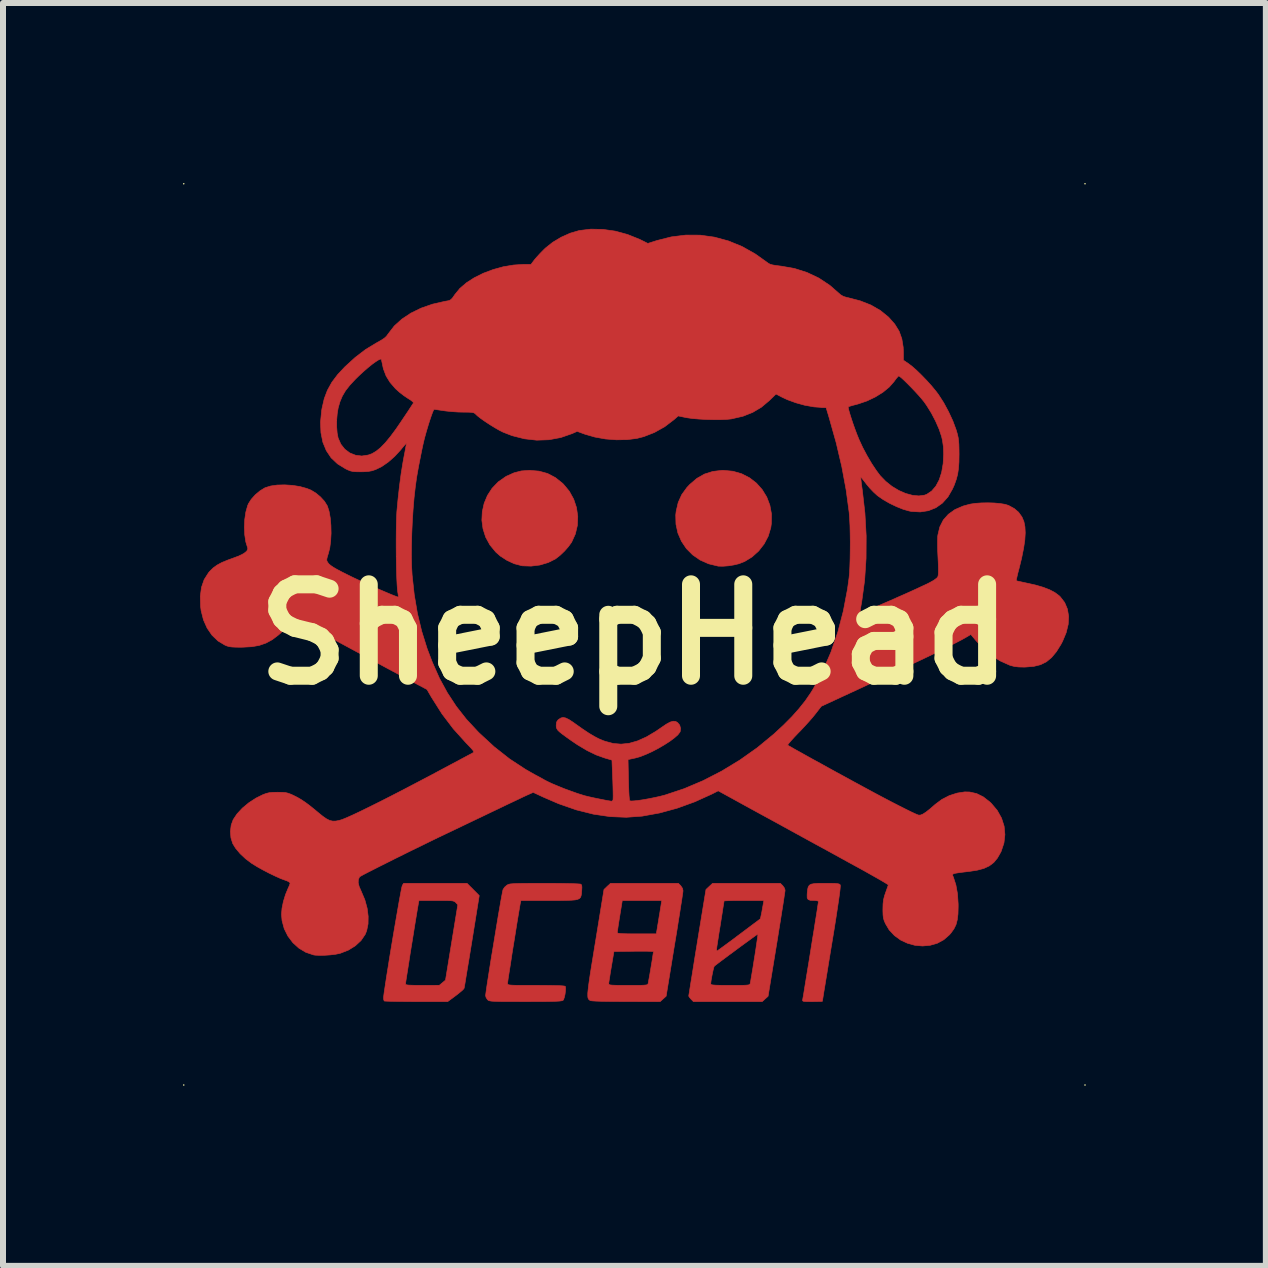
<source format=kicad_pcb>
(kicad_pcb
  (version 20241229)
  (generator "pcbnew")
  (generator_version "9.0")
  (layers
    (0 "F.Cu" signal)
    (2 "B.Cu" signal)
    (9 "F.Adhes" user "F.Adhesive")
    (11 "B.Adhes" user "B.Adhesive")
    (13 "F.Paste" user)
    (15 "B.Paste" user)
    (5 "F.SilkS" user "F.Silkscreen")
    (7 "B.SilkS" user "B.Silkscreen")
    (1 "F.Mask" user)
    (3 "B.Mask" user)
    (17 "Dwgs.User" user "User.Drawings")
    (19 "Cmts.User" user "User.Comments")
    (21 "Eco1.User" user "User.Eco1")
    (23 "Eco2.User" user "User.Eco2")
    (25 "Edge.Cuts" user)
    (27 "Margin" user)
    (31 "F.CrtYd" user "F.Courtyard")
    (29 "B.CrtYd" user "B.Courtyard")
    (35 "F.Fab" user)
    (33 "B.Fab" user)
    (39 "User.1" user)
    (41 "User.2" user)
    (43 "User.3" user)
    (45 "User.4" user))
  (footprint "SheepHead"
    (layer "F.Cu")
    (at 7.523 7.523)
    (property "Reference" "SheepHead" (at 0 0 0) (layer "F.SilkS") (effects (font (size 1.524 1.524) (thickness 0.3))))
    (attr through_hole)
    (fp_poly (pts (xy 1.643 -2.719) (xy 1.788 -2.677) (xy 1.919 -2.61) (xy 2.034 -2.521) (xy 2.13 -2.413) (xy 2.206 -2.289) (xy 2.258 -2.152) (xy 2.285 -2.005) (xy 2.283 -1.85) (xy 2.273 -1.778) (xy 2.231 -1.638) (xy 2.162 -1.507) (xy 2.071 -1.39) (xy 1.961 -1.291) (xy 1.837 -1.215) (xy 1.743 -1.178) (xy 1.66 -1.158) (xy 1.568 -1.143) (xy 1.478 -1.136) (xy 1.404 -1.137) (xy 1.391 -1.139) (xy 1.235 -1.177) (xy 1.094 -1.24) (xy 0.97 -1.326) (xy 0.866 -1.431) (xy 0.784 -1.553) (xy 0.725 -1.689) (xy 0.693 -1.835) (xy 0.689 -1.99) (xy 0.696 -2.051) (xy 0.73 -2.198) (xy 0.789 -2.329) (xy 0.875 -2.448) (xy 0.921 -2.497) (xy 1.041 -2.6) (xy 1.168 -2.672) (xy 1.307 -2.716) (xy 1.46 -2.734) (xy 1.486 -2.734) (xy 1.643 -2.719)) (stroke (width 0.01) (type solid)) (fill yes) (layer "F.Cu"))
    (fp_poly (pts (xy -1.59 -2.721) (xy -1.448 -2.682) (xy -1.318 -2.614) (xy -1.196 -2.517) (xy -1.182 -2.503) (xy -1.085 -2.386) (xy -1.012 -2.254) (xy -0.965 -2.113) (xy -0.944 -1.966) (xy -0.95 -1.818) (xy -0.984 -1.674) (xy -1.045 -1.539) (xy -1.052 -1.528) (xy -1.102 -1.46) (xy -1.168 -1.385) (xy -1.241 -1.316) (xy -1.309 -1.263) (xy -1.317 -1.257) (xy -1.438 -1.197) (xy -1.577 -1.156) (xy -1.722 -1.138) (xy -1.866 -1.143) (xy -1.881 -1.146) (xy -2 -1.177) (xy -2.121 -1.232) (xy -2.235 -1.306) (xy -2.31 -1.372) (xy -2.408 -1.491) (xy -2.479 -1.621) (xy -2.523 -1.76) (xy -2.542 -1.902) (xy -2.535 -2.045) (xy -2.504 -2.184) (xy -2.449 -2.316) (xy -2.371 -2.436) (xy -2.269 -2.542) (xy -2.145 -2.629) (xy -2.129 -2.638) (xy -2.006 -2.693) (xy -1.886 -2.724) (xy -1.753 -2.734) (xy -1.748 -2.734) (xy -1.59 -2.721)) (stroke (width 0.01) (type solid)) (fill yes) (layer "F.Cu"))
    (fp_poly (pts (xy 3.273 4.149) (xy 3.339 4.15) (xy 3.382 4.154) (xy 3.409 4.159) (xy 3.424 4.167) (xy 3.431 4.176) (xy 3.432 4.197) (xy 3.428 4.246) (xy 3.419 4.322) (xy 3.404 4.428) (xy 3.384 4.563) (xy 3.359 4.727) (xy 3.328 4.922) (xy 3.291 5.147) (xy 3.289 5.158) (xy 3.261 5.328) (xy 3.235 5.488) (xy 3.211 5.636) (xy 3.189 5.769) (xy 3.17 5.885) (xy 3.154 5.98) (xy 3.143 6.052) (xy 3.135 6.098) (xy 3.132 6.115) (xy 3.132 6.116) (xy 3.117 6.117) (xy 3.077 6.118) (xy 3.018 6.119) (xy 2.964 6.12) (xy 2.89 6.119) (xy 2.842 6.118) (xy 2.815 6.114) (xy 2.804 6.106) (xy 2.803 6.093) (xy 2.805 6.084) (xy 2.809 6.061) (xy 2.818 6.011) (xy 2.83 5.937) (xy 2.845 5.843) (xy 2.863 5.733) (xy 2.883 5.61) (xy 2.905 5.478) (xy 2.927 5.34) (xy 2.949 5.201) (xy 2.971 5.063) (xy 2.993 4.931) (xy 3.012 4.807) (xy 3.03 4.697) (xy 3.045 4.602) (xy 3.056 4.527) (xy 3.064 4.476) (xy 3.068 4.451) (xy 3.068 4.45) (xy 3.053 4.441) (xy 3.017 4.435) (xy 2.992 4.434) (xy 2.932 4.432) (xy 2.896 4.419) (xy 2.88 4.391) (xy 2.879 4.341) (xy 2.881 4.308) (xy 2.887 4.251) (xy 2.897 4.21) (xy 2.915 4.181) (xy 2.946 4.163) (xy 2.994 4.154) (xy 3.064 4.149) (xy 3.161 4.149) (xy 3.181 4.149) (xy 3.273 4.149)) (stroke (width 0.01) (type solid)) (fill yes) (layer "F.Cu"))
    (fp_poly (pts (xy -2.687 4.251) (xy -2.586 4.353) (xy -2.708 5.113) (xy -2.733 5.265) (xy -2.756 5.408) (xy -2.778 5.539) (xy -2.797 5.654) (xy -2.813 5.751) (xy -2.825 5.826) (xy -2.834 5.876) (xy -2.838 5.897) (xy -2.838 5.898) (xy -2.853 5.917) (xy -2.889 5.95) (xy -2.938 5.99) (xy -2.978 6.021) (xy -3.112 6.12) (xy -3.635 6.12) (xy -3.761 6.119) (xy -3.877 6.118) (xy -3.979 6.117) (xy -4.063 6.115) (xy -4.125 6.113) (xy -4.161 6.111) (xy -4.17 6.109) (xy -4.178 6.086) (xy -4.181 6.057) (xy -4.178 6.028) (xy -4.171 5.972) (xy -4.159 5.892) (xy -4.149 5.826) (xy -3.815 5.826) (xy -3.81 5.835) (xy -3.794 5.841) (xy -3.762 5.845) (xy -3.711 5.847) (xy -3.635 5.849) (xy -3.533 5.849) (xy -3.251 5.848) (xy -3.199 5.805) (xy -3.148 5.762) (xy -2.943 4.506) (xy -2.976 4.47) (xy -2.989 4.458) (xy -3.005 4.449) (xy -3.027 4.442) (xy -3.062 4.438) (xy -3.113 4.436) (xy -3.185 4.435) (xy -3.285 4.435) (xy -3.3 4.435) (xy -3.59 4.435) (xy -3.599 4.478) (xy -3.604 4.509) (xy -3.614 4.565) (xy -3.627 4.644) (xy -3.643 4.74) (xy -3.661 4.85) (xy -3.68 4.969) (xy -3.7 5.094) (xy -3.721 5.222) (xy -3.741 5.346) (xy -3.759 5.465) (xy -3.776 5.573) (xy -3.791 5.667) (xy -3.803 5.743) (xy -3.811 5.797) (xy -3.815 5.824) (xy -3.815 5.826) (xy -4.149 5.826) (xy -4.144 5.792) (xy -4.126 5.675) (xy -4.105 5.545) (xy -4.083 5.405) (xy -4.059 5.259) (xy -4.034 5.109) (xy -4.009 4.96) (xy -3.984 4.814) (xy -3.96 4.675) (xy -3.938 4.548) (xy -3.918 4.434) (xy -3.9 4.337) (xy -3.886 4.261) (xy -3.875 4.209) (xy -3.868 4.185) (xy -3.868 4.184) (xy -3.846 4.149) (xy -2.789 4.149) (xy -2.687 4.251)) (stroke (width 0.01) (type solid)) (fill yes) (layer "F.Cu"))
    (fp_poly (pts (xy 0.772 4.188) (xy 0.802 4.233) (xy 0.81 4.271) (xy 0.808 4.295) (xy 0.8 4.347) (xy 0.789 4.424) (xy 0.773 4.524) (xy 0.755 4.643) (xy 0.733 4.778) (xy 0.71 4.926) (xy 0.684 5.084) (xy 0.669 5.173) (xy 0.529 6.03) (xy 0.479 6.075) (xy 0.429 6.12) (xy -0.139 6.119) (xy -0.299 6.118) (xy -0.436 6.117) (xy -0.55 6.115) (xy -0.639 6.112) (xy -0.7 6.108) (xy -0.732 6.104) (xy -0.735 6.102) (xy -0.749 6.094) (xy -0.76 6.084) (xy -0.769 6.07) (xy -0.775 6.05) (xy -0.777 6.022) (xy -0.777 5.982) (xy -0.772 5.929) (xy -0.764 5.859) (xy -0.759 5.821) (xy -0.428 5.821) (xy -0.426 5.831) (xy -0.417 5.838) (xy -0.397 5.843) (xy -0.362 5.846) (xy -0.308 5.848) (xy -0.231 5.849) (xy -0.127 5.849) (xy -0.104 5.849) (xy 0.006 5.849) (xy 0.088 5.849) (xy 0.146 5.847) (xy 0.185 5.844) (xy 0.209 5.84) (xy 0.221 5.833) (xy 0.227 5.824) (xy 0.23 5.814) (xy 0.235 5.787) (xy 0.244 5.737) (xy 0.256 5.67) (xy 0.269 5.594) (xy 0.282 5.514) (xy 0.295 5.437) (xy 0.305 5.37) (xy 0.313 5.318) (xy 0.318 5.29) (xy 0.318 5.287) (xy 0.303 5.284) (xy 0.261 5.282) (xy 0.196 5.28) (xy 0.113 5.28) (xy 0.018 5.28) (xy -0.011 5.281) (xy -0.341 5.285) (xy -0.384 5.539) (xy -0.399 5.627) (xy -0.411 5.706) (xy -0.421 5.768) (xy -0.427 5.809) (xy -0.428 5.821) (xy -0.759 5.821) (xy -0.752 5.771) (xy -0.736 5.662) (xy -0.715 5.53) (xy -0.689 5.372) (xy -0.659 5.185) (xy -0.651 5.138) (xy -0.624 4.972) (xy -0.286 4.972) (xy -0.277 4.979) (xy -0.248 4.984) (xy -0.197 4.988) (xy -0.12 4.99) (xy -0.016 4.991) (xy 0.039 4.991) (xy 0.364 4.991) (xy 0.374 4.939) (xy 0.38 4.905) (xy 0.389 4.847) (xy 0.402 4.772) (xy 0.415 4.687) (xy 0.42 4.661) (xy 0.456 4.435) (xy -0.202 4.435) (xy -0.244 4.694) (xy -0.258 4.782) (xy -0.27 4.859) (xy -0.279 4.921) (xy -0.285 4.96) (xy -0.286 4.972) (xy -0.624 4.972) (xy -0.507 4.252) (xy -0.453 4.2) (xy -0.398 4.149) (xy 0.733 4.149) (xy 0.772 4.188)) (stroke (width 0.01) (type solid)) (fill yes) (layer "F.Cu"))
    (fp_poly (pts (xy -1.361 4.149) (xy -1.237 4.15) (xy -1.126 4.152) (xy -1.033 4.154) (xy -0.96 4.157) (xy -0.912 4.16) (xy -0.892 4.163) (xy -0.879 4.18) (xy -0.875 4.214) (xy -0.878 4.272) (xy -0.879 4.278) (xy -0.882 4.32) (xy -0.888 4.354) (xy -0.897 4.381) (xy -0.915 4.401) (xy -0.943 4.415) (xy -0.986 4.425) (xy -1.047 4.43) (xy -1.128 4.433) (xy -1.233 4.435) (xy -1.366 4.435) (xy -1.424 4.435) (xy -1.891 4.435) (xy -1.899 4.47) (xy -1.905 4.499) (xy -1.914 4.553) (xy -1.927 4.63) (xy -1.943 4.725) (xy -1.961 4.834) (xy -1.98 4.954) (xy -2 5.079) (xy -2.021 5.207) (xy -2.041 5.332) (xy -2.059 5.452) (xy -2.076 5.561) (xy -2.091 5.655) (xy -2.103 5.732) (xy -2.11 5.786) (xy -2.114 5.814) (xy -2.114 5.816) (xy -2.113 5.825) (xy -2.109 5.833) (xy -2.098 5.839) (xy -2.077 5.843) (xy -2.042 5.846) (xy -1.99 5.848) (xy -1.918 5.849) (xy -1.822 5.849) (xy -1.7 5.849) (xy -1.638 5.849) (xy -1.479 5.85) (xy -1.351 5.852) (xy -1.255 5.854) (xy -1.19 5.858) (xy -1.156 5.863) (xy -1.152 5.866) (xy -1.147 5.895) (xy -1.149 5.942) (xy -1.156 5.998) (xy -1.168 6.05) (xy -1.181 6.088) (xy -1.187 6.096) (xy -1.197 6.102) (xy -1.216 6.107) (xy -1.247 6.111) (xy -1.293 6.114) (xy -1.356 6.116) (xy -1.44 6.118) (xy -1.548 6.119) (xy -1.682 6.119) (xy -1.813 6.12) (xy -1.968 6.119) (xy -2.093 6.119) (xy -2.194 6.119) (xy -2.272 6.117) (xy -2.33 6.115) (xy -2.373 6.113) (xy -2.403 6.109) (xy -2.423 6.104) (xy -2.436 6.098) (xy -2.445 6.09) (xy -2.448 6.088) (xy -2.472 6.051) (xy -2.48 6.02) (xy -2.477 5.994) (xy -2.47 5.941) (xy -2.459 5.864) (xy -2.444 5.766) (xy -2.426 5.652) (xy -2.406 5.524) (xy -2.384 5.386) (xy -2.36 5.243) (xy -2.336 5.097) (xy -2.312 4.951) (xy -2.289 4.811) (xy -2.267 4.678) (xy -2.246 4.558) (xy -2.228 4.452) (xy -2.212 4.365) (xy -2.2 4.301) (xy -2.192 4.263) (xy -2.19 4.254) (xy -2.164 4.214) (xy -2.125 4.18) (xy -2.123 4.179) (xy -2.109 4.171) (xy -2.091 4.164) (xy -2.067 4.159) (xy -2.032 4.156) (xy -1.985 4.153) (xy -1.922 4.151) (xy -1.839 4.15) (xy -1.733 4.149) (xy -1.6 4.149) (xy -1.494 4.149) (xy -1.361 4.149)) (stroke (width 0.01) (type solid)) (fill yes) (layer "F.Cu"))
    (fp_poly (pts (xy 2.472 4.188) (xy 2.499 4.225) (xy 2.511 4.261) (xy 2.511 4.263) (xy 2.509 4.285) (xy 2.501 4.336) (xy 2.49 4.412) (xy 2.475 4.51) (xy 2.456 4.628) (xy 2.435 4.762) (xy 2.411 4.91) (xy 2.386 5.068) (xy 2.37 5.165) (xy 2.228 6.031) (xy 2.179 6.075) (xy 2.129 6.12) (xy 0.984 6.12) (xy 0.945 6.081) (xy 0.919 6.05) (xy 0.906 6.029) (xy 0.906 6.027) (xy 0.908 6.009) (xy 0.916 5.963) (xy 0.927 5.891) (xy 0.937 5.829) (xy 1.272 5.829) (xy 1.279 5.836) (xy 1.303 5.842) (xy 1.348 5.846) (xy 1.416 5.848) (xy 1.51 5.849) (xy 1.597 5.849) (xy 1.707 5.849) (xy 1.788 5.849) (xy 1.847 5.847) (xy 1.886 5.844) (xy 1.909 5.84) (xy 1.922 5.833) (xy 1.928 5.824) (xy 1.931 5.814) (xy 1.938 5.777) (xy 1.948 5.717) (xy 1.961 5.64) (xy 1.976 5.551) (xy 1.991 5.455) (xy 2.007 5.356) (xy 2.022 5.26) (xy 2.035 5.171) (xy 2.046 5.096) (xy 2.054 5.038) (xy 2.059 5.002) (xy 2.059 4.994) (xy 2.046 5.002) (xy 2.011 5.026) (xy 1.959 5.064) (xy 1.893 5.112) (xy 1.817 5.167) (xy 1.735 5.227) (xy 1.652 5.289) (xy 1.57 5.349) (xy 1.494 5.406) (xy 1.428 5.455) (xy 1.376 5.495) (xy 1.341 5.522) (xy 1.331 5.531) (xy 1.324 5.549) (xy 1.313 5.591) (xy 1.301 5.646) (xy 1.289 5.707) (xy 1.279 5.764) (xy 1.273 5.81) (xy 1.272 5.829) (xy 0.937 5.829) (xy 0.942 5.796) (xy 0.961 5.681) (xy 0.982 5.549) (xy 1.005 5.403) (xy 1.028 5.261) (xy 1.369 5.261) (xy 1.369 5.272) (xy 1.372 5.276) (xy 1.375 5.277) (xy 1.39 5.268) (xy 1.426 5.242) (xy 1.481 5.202) (xy 1.552 5.15) (xy 1.635 5.089) (xy 1.726 5.02) (xy 1.737 5.012) (xy 1.829 4.943) (xy 1.913 4.88) (xy 1.985 4.826) (xy 2.042 4.784) (xy 2.08 4.755) (xy 2.097 4.742) (xy 2.097 4.742) (xy 2.103 4.725) (xy 2.112 4.683) (xy 2.124 4.625) (xy 2.131 4.585) (xy 2.158 4.435) (xy 1.826 4.435) (xy 1.727 4.435) (xy 1.64 4.436) (xy 1.569 4.438) (xy 1.52 4.44) (xy 1.496 4.442) (xy 1.494 4.443) (xy 1.492 4.46) (xy 1.485 4.504) (xy 1.474 4.572) (xy 1.461 4.657) (xy 1.445 4.757) (xy 1.431 4.848) (xy 1.41 4.975) (xy 1.395 5.074) (xy 1.383 5.149) (xy 1.375 5.203) (xy 1.371 5.239) (xy 1.369 5.261) (xy 1.028 5.261) (xy 1.031 5.246) (xy 1.049 5.132) (xy 1.193 4.252) (xy 1.248 4.2) (xy 1.303 4.149) (xy 2.433 4.149) (xy 2.472 4.188)) (stroke (width 0.01) (type solid)) (fill yes) (layer "F.Cu"))
    (fp_poly (pts (xy -0.525 -6.75) (xy -0.319 -6.721) (xy -0.114 -6.665) (xy 0.085 -6.585) (xy 0.124 -6.566) (xy 0.224 -6.516) (xy 0.374 -6.564) (xy 0.615 -6.625) (xy 0.856 -6.655) (xy 1.096 -6.654) (xy 1.333 -6.621) (xy 1.566 -6.558) (xy 1.794 -6.465) (xy 2.014 -6.341) (xy 2.201 -6.208) (xy 2.232 -6.185) (xy 2.263 -6.169) (xy 2.302 -6.158) (xy 2.355 -6.149) (xy 2.432 -6.139) (xy 2.443 -6.138) (xy 2.666 -6.099) (xy 2.877 -6.032) (xy 3.075 -5.938) (xy 3.256 -5.818) (xy 3.388 -5.703) (xy 3.437 -5.66) (xy 3.483 -5.633) (xy 3.54 -5.616) (xy 3.56 -5.612) (xy 3.761 -5.56) (xy 3.942 -5.489) (xy 4.1 -5.398) (xy 4.234 -5.289) (xy 4.238 -5.285) (xy 4.339 -5.171) (xy 4.412 -5.053) (xy 4.457 -4.927) (xy 4.48 -4.785) (xy 4.483 -4.705) (xy 4.483 -4.57) (xy 4.566 -4.514) (xy 4.629 -4.466) (xy 4.705 -4.399) (xy 4.788 -4.318) (xy 4.873 -4.23) (xy 4.954 -4.14) (xy 5.024 -4.055) (xy 5.065 -4.001) (xy 5.154 -3.863) (xy 5.236 -3.711) (xy 5.308 -3.556) (xy 5.362 -3.41) (xy 5.367 -3.394) (xy 5.384 -3.334) (xy 5.396 -3.281) (xy 5.403 -3.228) (xy 5.408 -3.166) (xy 5.41 -3.087) (xy 5.411 -3.004) (xy 5.409 -2.872) (xy 5.401 -2.763) (xy 5.387 -2.668) (xy 5.363 -2.579) (xy 5.33 -2.487) (xy 5.3 -2.421) (xy 5.226 -2.292) (xy 5.133 -2.188) (xy 5.024 -2.111) (xy 4.901 -2.062) (xy 4.765 -2.041) (xy 4.619 -2.049) (xy 4.578 -2.057) (xy 4.48 -2.085) (xy 4.37 -2.129) (xy 4.255 -2.184) (xy 4.147 -2.246) (xy 4.056 -2.309) (xy 4.044 -2.319) (xy 3.986 -2.372) (xy 3.923 -2.438) (xy 3.868 -2.504) (xy 3.863 -2.511) (xy 3.825 -2.56) (xy 3.795 -2.598) (xy 3.777 -2.617) (xy 3.773 -2.618) (xy 3.773 -2.601) (xy 3.778 -2.559) (xy 3.785 -2.497) (xy 3.796 -2.421) (xy 3.799 -2.399) (xy 3.842 -2.02) (xy 3.863 -1.64) (xy 3.861 -1.266) (xy 3.837 -0.902) (xy 3.79 -0.554) (xy 3.784 -0.519) (xy 3.772 -0.452) (xy 3.764 -0.397) (xy 3.759 -0.362) (xy 3.759 -0.353) (xy 3.774 -0.357) (xy 3.816 -0.373) (xy 3.878 -0.398) (xy 3.959 -0.432) (xy 4.053 -0.472) (xy 4.158 -0.518) (xy 4.27 -0.566) (xy 4.384 -0.617) (xy 4.498 -0.667) (xy 4.607 -0.716) (xy 4.708 -0.762) (xy 4.797 -0.804) (xy 4.871 -0.838) (xy 4.913 -0.859) (xy 4.989 -0.901) (xy 5.039 -0.938) (xy 5.058 -0.962) (xy 5.064 -0.989) (xy 5.067 -1.035) (xy 5.067 -1.105) (xy 5.064 -1.201) (xy 5.06 -1.281) (xy 5.055 -1.384) (xy 5.053 -1.483) (xy 5.053 -1.568) (xy 5.055 -1.633) (xy 5.058 -1.657) (xy 5.09 -1.791) (xy 5.148 -1.906) (xy 5.233 -2.002) (xy 5.342 -2.08) (xy 5.478 -2.139) (xy 5.596 -2.171) (xy 5.682 -2.184) (xy 5.782 -2.191) (xy 5.889 -2.193) (xy 5.996 -2.19) (xy 6.094 -2.181) (xy 6.176 -2.168) (xy 6.234 -2.15) (xy 6.33 -2.098) (xy 6.402 -2.037) (xy 6.457 -1.96) (xy 6.462 -1.951) (xy 6.492 -1.879) (xy 6.509 -1.794) (xy 6.514 -1.693) (xy 6.507 -1.573) (xy 6.486 -1.433) (xy 6.453 -1.269) (xy 6.406 -1.078) (xy 6.405 -1.077) (xy 6.387 -1.007) (xy 6.374 -0.949) (xy 6.365 -0.91) (xy 6.363 -0.895) (xy 6.38 -0.89) (xy 6.421 -0.881) (xy 6.479 -0.868) (xy 6.526 -0.858) (xy 6.684 -0.823) (xy 6.814 -0.785) (xy 6.92 -0.744) (xy 7.006 -0.699) (xy 7.076 -0.647) (xy 7.099 -0.625) (xy 7.171 -0.531) (xy 7.217 -0.422) (xy 7.237 -0.3) (xy 7.23 -0.168) (xy 7.196 -0.029) (xy 7.136 0.115) (xy 7.11 0.165) (xy 7.032 0.29) (xy 6.952 0.386) (xy 6.866 0.457) (xy 6.769 0.505) (xy 6.656 0.533) (xy 6.522 0.544) (xy 6.496 0.545) (xy 6.407 0.543) (xy 6.337 0.535) (xy 6.272 0.519) (xy 6.252 0.512) (xy 6.092 0.44) (xy 5.937 0.338) (xy 5.789 0.208) (xy 5.69 0.1) (xy 5.607 0.001) (xy 5.526 0.049) (xy 5.453 0.09) (xy 5.355 0.141) (xy 5.237 0.202) (xy 5.102 0.268) (xy 4.956 0.339) (xy 4.802 0.413) (xy 4.776 0.425) (xy 4.661 0.479) (xy 4.525 0.542) (xy 4.375 0.613) (xy 4.215 0.687) (xy 4.051 0.764) (xy 3.888 0.84) (xy 3.732 0.913) (xy 3.587 0.98) (xy 3.459 1.039) (xy 3.354 1.088) (xy 3.334 1.097) (xy 3.115 1.198) (xy 3.016 1.326) (xy 2.969 1.384) (xy 2.906 1.456) (xy 2.834 1.535) (xy 2.761 1.613) (xy 2.73 1.644) (xy 2.669 1.708) (xy 2.618 1.764) (xy 2.58 1.808) (xy 2.558 1.837) (xy 2.555 1.846) (xy 2.572 1.856) (xy 2.614 1.88) (xy 2.678 1.917) (xy 2.763 1.964) (xy 2.863 2.02) (xy 2.978 2.084) (xy 3.105 2.153) (xy 3.24 2.228) (xy 3.38 2.305) (xy 3.524 2.383) (xy 3.668 2.462) (xy 3.81 2.539) (xy 3.847 2.559) (xy 4.004 2.644) (xy 4.153 2.723) (xy 4.292 2.796) (xy 4.417 2.86) (xy 4.526 2.915) (xy 4.615 2.959) (xy 4.684 2.991) (xy 4.728 3.009) (xy 4.738 3.012) (xy 4.768 3.011) (xy 4.808 2.995) (xy 4.861 2.961) (xy 4.929 2.907) (xy 5.014 2.833) (xy 5.124 2.751) (xy 5.248 2.687) (xy 5.378 2.645) (xy 5.506 2.625) (xy 5.588 2.627) (xy 5.704 2.653) (xy 5.815 2.708) (xy 5.924 2.793) (xy 5.948 2.816) (xy 6.047 2.933) (xy 6.119 3.062) (xy 6.162 3.197) (xy 6.175 3.337) (xy 6.159 3.477) (xy 6.113 3.615) (xy 6.104 3.633) (xy 6.05 3.728) (xy 5.989 3.802) (xy 5.915 3.858) (xy 5.825 3.9) (xy 5.713 3.93) (xy 5.584 3.95) (xy 5.481 3.962) (xy 5.406 3.972) (xy 5.354 3.98) (xy 5.322 3.988) (xy 5.307 3.998) (xy 5.303 4.01) (xy 5.307 4.026) (xy 5.315 4.042) (xy 5.358 4.175) (xy 5.385 4.325) (xy 5.396 4.497) (xy 5.396 4.538) (xy 5.393 4.66) (xy 5.381 4.757) (xy 5.36 4.838) (xy 5.325 4.909) (xy 5.276 4.977) (xy 5.251 5.006) (xy 5.156 5.089) (xy 5.047 5.148) (xy 4.927 5.182) (xy 4.802 5.193) (xy 4.676 5.182) (xy 4.553 5.148) (xy 4.437 5.094) (xy 4.334 5.019) (xy 4.246 4.925) (xy 4.184 4.82) (xy 4.163 4.771) (xy 4.15 4.726) (xy 4.144 4.675) (xy 4.142 4.607) (xy 4.142 4.578) (xy 4.144 4.492) (xy 4.152 4.423) (xy 4.168 4.359) (xy 4.185 4.308) (xy 4.206 4.25) (xy 4.222 4.204) (xy 4.231 4.178) (xy 4.232 4.176) (xy 4.219 4.165) (xy 4.182 4.142) (xy 4.123 4.107) (xy 4.045 4.062) (xy 3.951 4.009) (xy 3.845 3.949) (xy 3.729 3.885) (xy 3.727 3.884) (xy 3.591 3.81) (xy 3.446 3.73) (xy 3.299 3.649) (xy 3.157 3.571) (xy 3.026 3.5) (xy 2.913 3.438) (xy 2.869 3.414) (xy 2.623 3.279) (xy 2.361 3.135) (xy 2.093 2.989) (xy 1.83 2.845) (xy 1.632 2.736) (xy 1.397 2.607) (xy 1.291 2.661) (xy 1.006 2.79) (xy 0.714 2.896) (xy 0.421 2.976) (xy 0.134 3.028) (xy 0.129 3.029) (xy -0.134 3.048) (xy -0.405 3.037) (xy -0.683 2.996) (xy -0.97 2.924) (xy -1.265 2.821) (xy -1.515 2.713) (xy -1.687 2.633) (xy -1.761 2.666) (xy -1.795 2.681) (xy -1.853 2.708) (xy -1.93 2.745) (xy -2.023 2.789) (xy -2.127 2.838) (xy -2.237 2.891) (xy -2.257 2.901) (xy -2.386 2.962) (xy -2.525 3.029) (xy -2.666 3.096) (xy -2.8 3.16) (xy -2.92 3.218) (xy -2.996 3.254) (xy -3.128 3.317) (xy -3.269 3.384) (xy -3.415 3.455) (xy -3.563 3.528) (xy -3.712 3.6) (xy -3.857 3.672) (xy -3.997 3.741) (xy -4.128 3.807) (xy -4.248 3.867) (xy -4.354 3.921) (xy -4.443 3.966) (xy -4.512 4.002) (xy -4.559 4.028) (xy -4.58 4.041) (xy -4.581 4.042) (xy -4.601 4.088) (xy -4.603 4.14) (xy -4.587 4.203) (xy -4.551 4.285) (xy -4.549 4.29) (xy -4.492 4.425) (xy -4.454 4.564) (xy -4.437 4.699) (xy -4.439 4.826) (xy -4.462 4.939) (xy -4.486 4.999) (xy -4.556 5.102) (xy -4.651 5.19) (xy -4.767 5.262) (xy -4.9 5.314) (xy -4.916 5.318) (xy -4.985 5.332) (xy -5.071 5.342) (xy -5.162 5.348) (xy -5.25 5.349) (xy -5.322 5.346) (xy -5.35 5.341) (xy -5.477 5.298) (xy -5.592 5.229) (xy -5.692 5.138) (xy -5.775 5.028) (xy -5.836 4.905) (xy -5.872 4.772) (xy -5.881 4.666) (xy -5.873 4.565) (xy -5.85 4.452) (xy -5.815 4.337) (xy -5.772 4.233) (xy -5.768 4.225) (xy -5.749 4.182) (xy -5.739 4.15) (xy -5.738 4.144) (xy -5.752 4.128) (xy -5.789 4.108) (xy -5.826 4.095) (xy -5.896 4.069) (xy -5.985 4.029) (xy -6.085 3.981) (xy -6.187 3.928) (xy -6.284 3.874) (xy -6.368 3.822) (xy -6.374 3.819) (xy -6.478 3.741) (xy -6.571 3.654) (xy -6.647 3.563) (xy -6.694 3.486) (xy -6.724 3.391) (xy -6.733 3.285) (xy -6.72 3.179) (xy -6.687 3.088) (xy -6.623 2.992) (xy -6.534 2.896) (xy -6.426 2.806) (xy -6.306 2.728) (xy -6.191 2.671) (xy -6.137 2.651) (xy -6.085 2.638) (xy -6.024 2.632) (xy -5.945 2.631) (xy -5.87 2.632) (xy -5.815 2.636) (xy -5.77 2.647) (xy -5.722 2.665) (xy -5.687 2.681) (xy -5.617 2.716) (xy -5.552 2.754) (xy -5.486 2.798) (xy -5.412 2.853) (xy -5.324 2.924) (xy -5.274 2.966) (xy -5.195 3.03) (xy -5.132 3.074) (xy -5.078 3.101) (xy -5.028 3.112) (xy -4.976 3.111) (xy -4.922 3.101) (xy -4.872 3.086) (xy -4.796 3.055) (xy -4.695 3.01) (xy -4.57 2.951) (xy -4.423 2.879) (xy -4.254 2.795) (xy -4.065 2.699) (xy -3.857 2.592) (xy -3.632 2.474) (xy -3.39 2.347) (xy -3.147 2.217) (xy -3.04 2.16) (xy -2.94 2.107) (xy -2.853 2.06) (xy -2.78 2.021) (xy -2.727 1.993) (xy -2.697 1.977) (xy -2.693 1.974) (xy -2.681 1.966) (xy -2.679 1.954) (xy -2.688 1.936) (xy -2.713 1.906) (xy -2.755 1.861) (xy -2.806 1.808) (xy -3.018 1.573) (xy -3.207 1.324) (xy -3.379 1.052) (xy -3.384 1.044) (xy -3.457 0.918) (xy -3.672 0.804) (xy -3.795 0.738) (xy -3.941 0.66) (xy -4.104 0.573) (xy -4.28 0.478) (xy -4.462 0.38) (xy -4.645 0.281) (xy -4.825 0.184) (xy -4.996 0.091) (xy -5.152 0.007) (xy -5.228 -0.035) (xy -5.331 -0.091) (xy -5.426 -0.142) (xy -5.508 -0.185) (xy -5.574 -0.22) (xy -5.62 -0.243) (xy -5.643 -0.254) (xy -5.644 -0.254) (xy -5.66 -0.244) (xy -5.693 -0.215) (xy -5.74 -0.171) (xy -5.796 -0.117) (xy -5.814 -0.099) (xy -5.928 0.006) (xy -6.034 0.087) (xy -6.139 0.144) (xy -6.251 0.183) (xy -6.376 0.205) (xy -6.522 0.213) (xy -6.557 0.214) (xy -6.643 0.213) (xy -6.705 0.21) (xy -6.752 0.204) (xy -6.79 0.193) (xy -6.824 0.179) (xy -6.94 0.109) (xy -7.04 0.013) (xy -7.121 -0.105) (xy -7.182 -0.242) (xy -7.221 -0.396) (xy -7.23 -0.466) (xy -7.235 -0.634) (xy -7.215 -0.784) (xy -7.17 -0.914) (xy -7.098 -1.027) (xy -7.079 -1.05) (xy -7.02 -1.108) (xy -6.954 -1.156) (xy -6.874 -1.199) (xy -6.774 -1.24) (xy -6.702 -1.266) (xy -6.592 -1.307) (xy -6.512 -1.347) (xy -6.462 -1.386) (xy -6.443 -1.422) (xy -6.446 -1.443) (xy -6.476 -1.54) (xy -6.494 -1.658) (xy -6.5 -1.786) (xy -6.494 -1.916) (xy -6.476 -2.039) (xy -6.446 -2.145) (xy -6.433 -2.177) (xy -6.386 -2.251) (xy -6.318 -2.327) (xy -6.239 -2.393) (xy -6.158 -2.443) (xy -6.153 -2.445) (xy -6.063 -2.473) (xy -5.953 -2.489) (xy -5.829 -2.492) (xy -5.7 -2.484) (xy -5.574 -2.464) (xy -5.459 -2.432) (xy -5.391 -2.405) (xy -5.31 -2.356) (xy -5.233 -2.292) (xy -5.166 -2.219) (xy -5.121 -2.147) (xy -5.118 -2.142) (xy -5.089 -2.053) (xy -5.069 -1.942) (xy -5.058 -1.817) (xy -5.055 -1.686) (xy -5.062 -1.557) (xy -5.077 -1.44) (xy -5.101 -1.347) (xy -5.119 -1.289) (xy -5.127 -1.253) (xy -5.126 -1.229) (xy -5.116 -1.207) (xy -5.111 -1.2) (xy -5.091 -1.174) (xy -5.06 -1.148) (xy -5.016 -1.118) (xy -4.954 -1.082) (xy -4.872 -1.039) (xy -4.766 -0.986) (xy -4.697 -0.952) (xy -4.612 -0.912) (xy -4.517 -0.868) (xy -4.418 -0.823) (xy -4.317 -0.778) (xy -4.22 -0.736) (xy -4.131 -0.698) (xy -4.053 -0.665) (xy -3.992 -0.641) (xy -3.951 -0.626) (xy -3.934 -0.622) (xy -3.934 -0.64) (xy -3.939 -0.678) (xy -3.944 -0.707) (xy -3.95 -0.756) (xy -3.955 -0.832) (xy -3.96 -0.93) (xy -3.964 -1.045) (xy -3.967 -1.173) (xy -3.969 -1.303) (xy -3.717 -1.303) (xy -3.713 -1.136) (xy -3.705 -0.993) (xy -3.669 -0.661) (xy -3.616 -0.349) (xy -3.545 -0.053) (xy -3.455 0.235) (xy -3.368 0.463) (xy -3.249 0.731) (xy -3.117 0.973) (xy -2.969 1.199) (xy -2.801 1.413) (xy -2.607 1.622) (xy -2.584 1.645) (xy -2.337 1.873) (xy -2.079 2.076) (xy -1.812 2.251) (xy -1.661 2.337) (xy -1.6 2.369) (xy -1.547 2.398) (xy -1.51 2.419) (xy -1.502 2.424) (xy -1.446 2.453) (xy -1.367 2.49) (xy -1.271 2.53) (xy -1.165 2.573) (xy -1.055 2.613) (xy -0.949 2.651) (xy -0.853 2.681) (xy -0.827 2.689) (xy -0.77 2.703) (xy -0.695 2.72) (xy -0.609 2.738) (xy -0.524 2.755) (xy -0.448 2.77) (xy -0.39 2.779) (xy -0.377 2.78) (xy -0.361 2.769) (xy -0.357 2.761) (xy -0.355 2.739) (xy -0.354 2.691) (xy -0.355 2.621) (xy -0.357 2.535) (xy -0.36 2.438) (xy -0.361 2.417) (xy -0.374 2.095) (xy -0.5 2.058) (xy -0.639 2.008) (xy -0.787 1.936) (xy -0.948 1.84) (xy -1.053 1.769) (xy -1.14 1.707) (xy -1.204 1.66) (xy -1.249 1.624) (xy -1.278 1.595) (xy -1.294 1.569) (xy -1.302 1.544) (xy -1.303 1.515) (xy -1.303 1.512) (xy -1.297 1.462) (xy -1.275 1.428) (xy -1.261 1.416) (xy -1.225 1.393) (xy -1.188 1.384) (xy -1.145 1.393) (xy -1.091 1.419) (xy -1.022 1.464) (xy -0.983 1.492) (xy -0.863 1.577) (xy -0.761 1.645) (xy -0.673 1.698) (xy -0.593 1.74) (xy -0.516 1.772) (xy -0.487 1.782) (xy -0.353 1.818) (xy -0.221 1.829) (xy -0.086 1.815) (xy 0.053 1.775) (xy 0.2 1.709) (xy 0.357 1.616) (xy 0.453 1.55) (xy 0.534 1.495) (xy 0.597 1.461) (xy 0.647 1.447) (xy 0.688 1.451) (xy 0.719 1.469) (xy 0.755 1.512) (xy 0.77 1.568) (xy 0.763 1.621) (xy 0.759 1.628) (xy 0.725 1.673) (xy 0.666 1.725) (xy 0.588 1.783) (xy 0.496 1.842) (xy 0.395 1.901) (xy 0.291 1.955) (xy 0.189 2.001) (xy 0.095 2.038) (xy 0.016 2.06) (xy -0.106 2.086) (xy -0.099 2.422) (xy -0.096 2.523) (xy -0.093 2.612) (xy -0.089 2.687) (xy -0.084 2.74) (xy -0.08 2.769) (xy -0.079 2.772) (xy -0.057 2.777) (xy -0.009 2.775) (xy 0.059 2.768) (xy 0.141 2.756) (xy 0.232 2.74) (xy 0.327 2.721) (xy 0.419 2.701) (xy 0.504 2.679) (xy 0.515 2.676) (xy 0.83 2.571) (xy 1.144 2.438) (xy 1.455 2.278) (xy 1.758 2.094) (xy 2.049 1.888) (xy 2.323 1.662) (xy 2.486 1.511) (xy 2.627 1.369) (xy 2.745 1.236) (xy 2.848 1.107) (xy 2.938 0.976) (xy 2.985 0.9) (xy 3.14 0.61) (xy 3.275 0.297) (xy 3.39 -0.037) (xy 3.482 -0.388) (xy 3.552 -0.756) (xy 3.578 -0.946) (xy 3.586 -1.028) (xy 3.591 -1.136) (xy 3.595 -1.262) (xy 3.597 -1.399) (xy 3.598 -1.541) (xy 3.596 -1.682) (xy 3.593 -1.813) (xy 3.587 -1.93) (xy 3.58 -2.024) (xy 3.579 -2.035) (xy 3.529 -2.407) (xy 3.457 -2.795) (xy 3.363 -3.195) (xy 3.249 -3.6) (xy 3.241 -3.628) (xy 3.194 -3.783) (xy 3.119 -3.783) (xy 2.99 -3.792) (xy 3.564 -3.792) (xy 3.565 -3.773) (xy 3.575 -3.73) (xy 3.593 -3.668) (xy 3.617 -3.592) (xy 3.645 -3.508) (xy 3.676 -3.421) (xy 3.708 -3.336) (xy 3.739 -3.259) (xy 3.746 -3.243) (xy 3.806 -3.113) (xy 3.878 -2.978) (xy 3.955 -2.847) (xy 4.033 -2.73) (xy 4.096 -2.646) (xy 4.189 -2.55) (xy 4.293 -2.467) (xy 4.406 -2.399) (xy 4.521 -2.349) (xy 4.635 -2.318) (xy 4.741 -2.308) (xy 4.836 -2.321) (xy 4.872 -2.334) (xy 4.954 -2.389) (xy 5.024 -2.47) (xy 5.08 -2.575) (xy 5.121 -2.702) (xy 5.146 -2.847) (xy 5.154 -3.004) (xy 5.15 -3.126) (xy 5.135 -3.231) (xy 5.12 -3.297) (xy 5.079 -3.419) (xy 5.02 -3.554) (xy 4.949 -3.69) (xy 4.87 -3.817) (xy 4.826 -3.879) (xy 4.786 -3.928) (xy 4.735 -3.987) (xy 4.676 -4.051) (xy 4.614 -4.116) (xy 4.553 -4.178) (xy 4.497 -4.233) (xy 4.451 -4.275) (xy 4.418 -4.301) (xy 4.405 -4.308) (xy 4.391 -4.295) (xy 4.364 -4.264) (xy 4.331 -4.219) (xy 4.327 -4.213) (xy 4.247 -4.122) (xy 4.141 -4.035) (xy 4.015 -3.957) (xy 3.877 -3.891) (xy 3.73 -3.841) (xy 3.698 -3.832) (xy 3.639 -3.817) (xy 3.592 -3.803) (xy 3.567 -3.794) (xy 3.564 -3.792) (xy 2.99 -3.792) (xy 2.986 -3.793) (xy 2.84 -3.819) (xy 2.691 -3.86) (xy 2.549 -3.912) (xy 2.463 -3.952) (xy 2.36 -4.006) (xy 2.249 -3.898) (xy 2.116 -3.786) (xy 1.971 -3.7) (xy 1.81 -3.636) (xy 1.627 -3.594) (xy 1.614 -3.591) (xy 1.536 -3.583) (xy 1.434 -3.579) (xy 1.317 -3.579) (xy 1.195 -3.582) (xy 1.075 -3.589) (xy 0.966 -3.598) (xy 0.876 -3.611) (xy 0.854 -3.615) (xy 0.73 -3.641) (xy 0.657 -3.577) (xy 0.503 -3.46) (xy 0.333 -3.365) (xy 0.156 -3.296) (xy 0.044 -3.267) (xy -0.119 -3.246) (xy -0.298 -3.243) (xy -0.482 -3.257) (xy -0.66 -3.289) (xy -0.823 -3.336) (xy -0.826 -3.337) (xy -0.954 -3.384) (xy -1.037 -3.347) (xy -1.227 -3.281) (xy -1.425 -3.244) (xy -1.628 -3.237) (xy -1.833 -3.26) (xy -2.038 -3.312) (xy -2.19 -3.371) (xy -2.253 -3.403) (xy -2.328 -3.446) (xy -2.409 -3.496) (xy -2.488 -3.548) (xy -2.558 -3.597) (xy -2.612 -3.639) (xy -2.637 -3.662) (xy -2.656 -3.681) (xy -2.677 -3.693) (xy -2.705 -3.699) (xy -2.749 -3.703) (xy -2.815 -3.704) (xy -2.844 -3.704) (xy -2.938 -3.706) (xy -3.042 -3.713) (xy -3.14 -3.723) (xy -3.17 -3.727) (xy -3.237 -3.737) (xy -3.293 -3.745) (xy -3.329 -3.75) (xy -3.339 -3.751) (xy -3.348 -3.737) (xy -3.365 -3.697) (xy -3.387 -3.637) (xy -3.412 -3.563) (xy -3.438 -3.48) (xy -3.464 -3.393) (xy -3.488 -3.307) (xy -3.503 -3.251) (xy -3.523 -3.166) (xy -3.546 -3.058) (xy -3.57 -2.937) (xy -3.595 -2.811) (xy -3.617 -2.689) (xy -3.631 -2.607) (xy -3.652 -2.453) (xy -3.672 -2.277) (xy -3.688 -2.086) (xy -3.701 -1.886) (xy -3.71 -1.685) (xy -3.715 -1.488) (xy -3.717 -1.303) (xy -3.969 -1.303) (xy -3.969 -1.31) (xy -3.97 -1.449) (xy -3.97 -1.586) (xy -3.969 -1.718) (xy -3.967 -1.838) (xy -3.964 -1.942) (xy -3.96 -2.025) (xy -3.959 -2.045) (xy -3.939 -2.259) (xy -3.915 -2.473) (xy -3.888 -2.677) (xy -3.858 -2.863) (xy -3.839 -2.967) (xy -3.824 -3.044) (xy -3.812 -3.11) (xy -3.803 -3.158) (xy -3.799 -3.182) (xy -3.799 -3.183) (xy -3.808 -3.177) (xy -3.833 -3.151) (xy -3.869 -3.108) (xy -3.898 -3.072) (xy -3.996 -2.966) (xy -4.103 -2.872) (xy -4.213 -2.796) (xy -4.314 -2.747) (xy -4.375 -2.727) (xy -4.435 -2.716) (xy -4.509 -2.711) (xy -4.562 -2.71) (xy -4.637 -2.711) (xy -4.69 -2.715) (xy -4.734 -2.725) (xy -4.779 -2.743) (xy -4.816 -2.761) (xy -4.947 -2.842) (xy -5.054 -2.943) (xy -5.135 -3.064) (xy -5.192 -3.203) (xy -5.224 -3.362) (xy -5.228 -3.458) (xy -4.962 -3.458) (xy -4.954 -3.356) (xy -4.938 -3.274) (xy -4.893 -3.171) (xy -4.827 -3.087) (xy -4.743 -3.024) (xy -4.647 -2.986) (xy -4.544 -2.973) (xy -4.437 -2.989) (xy -4.373 -3.012) (xy -4.304 -3.053) (xy -4.231 -3.112) (xy -4.153 -3.192) (xy -4.067 -3.296) (xy -3.972 -3.424) (xy -3.884 -3.553) (xy -3.827 -3.638) (xy -3.776 -3.714) (xy -3.734 -3.778) (xy -3.703 -3.826) (xy -3.685 -3.853) (xy -3.683 -3.857) (xy -3.69 -3.873) (xy -3.723 -3.901) (xy -3.776 -3.935) (xy -3.778 -3.936) (xy -3.842 -3.979) (xy -3.913 -4.034) (xy -3.977 -4.091) (xy -3.982 -4.096) (xy -4.072 -4.2) (xy -4.138 -4.307) (xy -4.184 -4.428) (xy -4.214 -4.569) (xy -4.216 -4.583) (xy -4.229 -4.589) (xy -4.262 -4.576) (xy -4.31 -4.546) (xy -4.371 -4.502) (xy -4.44 -4.446) (xy -4.515 -4.381) (xy -4.592 -4.31) (xy -4.649 -4.254) (xy -4.743 -4.153) (xy -4.815 -4.061) (xy -4.868 -3.971) (xy -4.908 -3.876) (xy -4.937 -3.774) (xy -4.953 -3.678) (xy -4.962 -3.569) (xy -4.962 -3.458) (xy -5.228 -3.458) (xy -5.231 -3.539) (xy -5.212 -3.734) (xy -5.205 -3.773) (xy -5.169 -3.929) (xy -5.116 -4.069) (xy -5.042 -4.202) (xy -4.945 -4.331) (xy -4.826 -4.458) (xy -4.652 -4.617) (xy -4.479 -4.749) (xy -4.302 -4.856) (xy -4.29 -4.863) (xy -4.219 -4.903) (xy -4.169 -4.936) (xy -4.133 -4.968) (xy -4.105 -5.007) (xy -4.101 -5.012) (xy -4.002 -5.14) (xy -3.876 -5.254) (xy -3.726 -5.354) (xy -3.554 -5.438) (xy -3.364 -5.504) (xy -3.158 -5.551) (xy -3.122 -5.557) (xy -3.086 -5.564) (xy -3.058 -5.58) (xy -3.031 -5.608) (xy -2.997 -5.657) (xy -2.99 -5.667) (xy -2.908 -5.767) (xy -2.798 -5.861) (xy -2.667 -5.945) (xy -2.518 -6.019) (xy -2.356 -6.08) (xy -2.186 -6.127) (xy -2.013 -6.156) (xy -1.841 -6.167) (xy -1.835 -6.167) (xy -1.723 -6.167) (xy -1.663 -6.247) (xy -1.623 -6.293) (xy -1.569 -6.352) (xy -1.51 -6.412) (xy -1.482 -6.439) (xy -1.361 -6.535) (xy -1.221 -6.619) (xy -1.072 -6.686) (xy -0.926 -6.729) (xy -0.919 -6.731) (xy -0.727 -6.754) (xy -0.525 -6.75)) (stroke (width 0.01) (type solid)) (fill yes) (layer "F.Cu"))
    (fp_poly (pts (xy -7.502 -7.51) (xy -7.51 -7.502) (xy -7.518 -7.51) (xy -7.51 -7.518) (xy -7.502 -7.51)) (stroke (width 0.01) (type solid)) (fill yes) (layer "F.SilkS"))
    (fp_poly (pts (xy -7.502 7.51) (xy -7.51 7.518) (xy -7.518 7.51) (xy -7.51 7.502) (xy -7.502 7.51)) (stroke (width 0.01) (type solid)) (fill yes) (layer "F.SilkS"))
    (fp_poly (pts (xy 7.518 -7.51) (xy 7.51 -7.502) (xy 7.502 -7.51) (xy 7.51 -7.518) (xy 7.518 -7.51)) (stroke (width 0.01) (type solid)) (fill yes) (layer "F.SilkS"))
    (fp_poly (pts (xy 7.518 7.51) (xy 7.51 7.518) (xy 7.502 7.51) (xy 7.51 7.502) (xy 7.518 7.51)) (stroke (width 0.01) (type solid)) (fill yes) (layer "F.SilkS")))
  (gr_rect
    (start -3 -3)
    (end 18.047 18.047)
    (stroke (width 0.1) (type default))
    (fill no)
    (layer "Edge.Cuts")))
</source>
